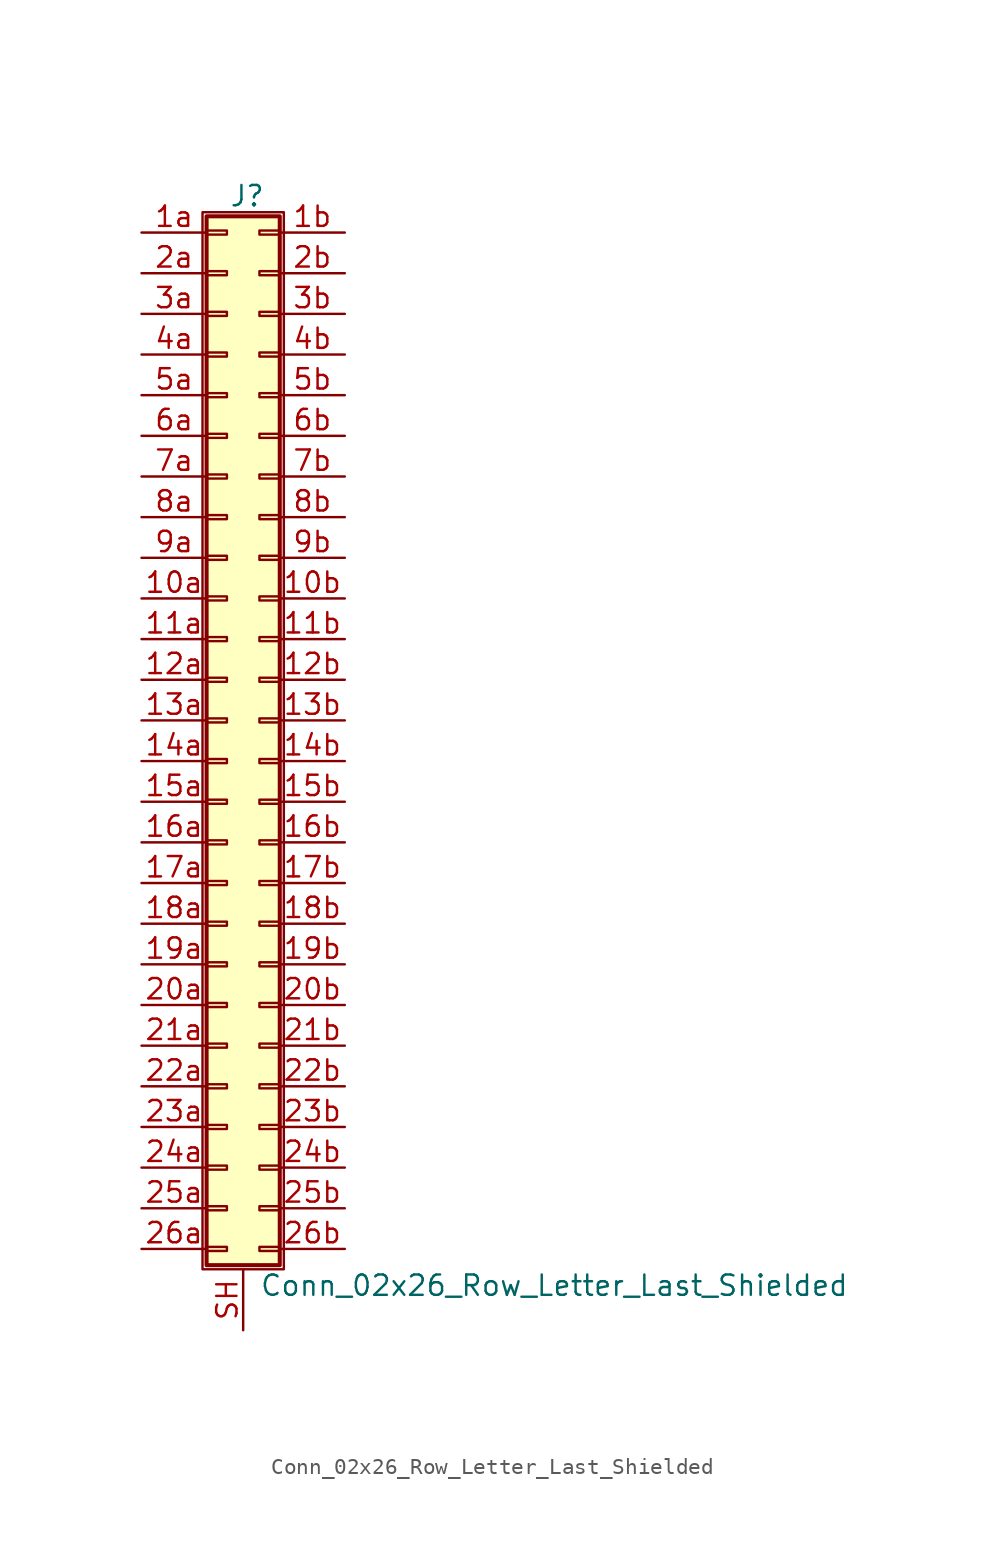
<source format=kicad_sym>
(kicad_symbol_lib
  (version 20211014)
  (generator kicad_symbol_editor)
  (symbol "Conn_02x26_Row_Letter_Last_Shielded"
    (pin_names
      (offset 1.016) hide)
    (property "Reference" "J"
      (at 1.524 32.766 0)
      (effects (font (size 1.27 1.27))))
    (property "Value" "Conn_02x26_Row_Letter_Last_Shielded"
      (at 2.286 -35.306 0)
      (effects (font (size 1.27 1.27)) (justify left)))
    (symbol "Conn_02x26_Row_Letter_Last_Shielded_1_1"
      (rectangle (start -1.27 31.75) (end 3.81 -34.29) (stroke (width 0.152) (type default) (color 0 0 0 0)) (fill (type none)))
      (rectangle (start -1.016 -32.893) (end 0.254 -33.147) (stroke (width 0.152) (type default) (color 0 0 0 0)) (fill (type none)))
      (rectangle (start -1.016 -30.353) (end 0.254 -30.607) (stroke (width 0.152) (type default) (color 0 0 0 0)) (fill (type none)))
      (rectangle (start -1.016 -27.813) (end 0.254 -28.067) (stroke (width 0.152) (type default) (color 0 0 0 0)) (fill (type none)))
      (rectangle (start -1.016 -25.273) (end 0.254 -25.527) (stroke (width 0.152) (type default) (color 0 0 0 0)) (fill (type none)))
      (rectangle (start -1.016 -22.733) (end 0.254 -22.987) (stroke (width 0.152) (type default) (color 0 0 0 0)) (fill (type none)))
      (rectangle (start -1.016 -20.193) (end 0.254 -20.447) (stroke (width 0.152) (type default) (color 0 0 0 0)) (fill (type none)))
      (rectangle (start -1.016 -17.653) (end 0.254 -17.907) (stroke (width 0.152) (type default) (color 0 0 0 0)) (fill (type none)))
      (rectangle (start -1.016 -15.113) (end 0.254 -15.367) (stroke (width 0.152) (type default) (color 0 0 0 0)) (fill (type none)))
      (rectangle (start -1.016 -12.573) (end 0.254 -12.827) (stroke (width 0.152) (type default) (color 0 0 0 0)) (fill (type none)))
      (rectangle (start -1.016 -10.033) (end 0.254 -10.287) (stroke (width 0.152) (type default) (color 0 0 0 0)) (fill (type none)))
      (rectangle (start -1.016 -7.493) (end 0.254 -7.747) (stroke (width 0.152) (type default) (color 0 0 0 0)) (fill (type none)))
      (rectangle (start -1.016 -4.953) (end 0.254 -5.207) (stroke (width 0.152) (type default) (color 0 0 0 0)) (fill (type none)))
      (rectangle (start -1.016 -2.413) (end 0.254 -2.667) (stroke (width 0.152) (type default) (color 0 0 0 0)) (fill (type none)))
      (rectangle (start -1.016 0.127) (end 0.254 -0.127) (stroke (width 0.152) (type default) (color 0 0 0 0)) (fill (type none)))
      (rectangle (start -1.016 2.667) (end 0.254 2.413) (stroke (width 0.152) (type default) (color 0 0 0 0)) (fill (type none)))
      (rectangle (start -1.016 5.207) (end 0.254 4.953) (stroke (width 0.152) (type default) (color 0 0 0 0)) (fill (type none)))
      (rectangle (start -1.016 7.747) (end 0.254 7.493) (stroke (width 0.152) (type default) (color 0 0 0 0)) (fill (type none)))
      (rectangle (start -1.016 10.287) (end 0.254 10.033) (stroke (width 0.152) (type default) (color 0 0 0 0)) (fill (type none)))
      (rectangle (start -1.016 12.827) (end 0.254 12.573) (stroke (width 0.152) (type default) (color 0 0 0 0)) (fill (type none)))
      (rectangle (start -1.016 15.367) (end 0.254 15.113) (stroke (width 0.152) (type default) (color 0 0 0 0)) (fill (type none)))
      (rectangle (start -1.016 17.907) (end 0.254 17.653) (stroke (width 0.152) (type default) (color 0 0 0 0)) (fill (type none)))
      (rectangle (start -1.016 20.447) (end 0.254 20.193) (stroke (width 0.152) (type default) (color 0 0 0 0)) (fill (type none)))
      (rectangle (start -1.016 22.987) (end 0.254 22.733) (stroke (width 0.152) (type default) (color 0 0 0 0)) (fill (type none)))
      (rectangle (start -1.016 25.527) (end 0.254 25.273) (stroke (width 0.152) (type default) (color 0 0 0 0)) (fill (type none)))
      (rectangle (start -1.016 28.067) (end 0.254 27.813) (stroke (width 0.152) (type default) (color 0 0 0 0)) (fill (type none)))
      (rectangle (start -1.016 30.607) (end 0.254 30.353) (stroke (width 0.152) (type default) (color 0 0 0 0)) (fill (type none)))
      (rectangle (start -1.016 31.496) (end 3.556 -34.036) (stroke (width 0.254) (type default) (color 0 0 0 0)) (fill (type background)))
      (rectangle (start 3.556 -32.893) (end 2.286 -33.147) (stroke (width 0.152) (type default) (color 0 0 0 0)) (fill (type none)))
      (rectangle (start 3.556 -30.353) (end 2.286 -30.607) (stroke (width 0.152) (type default) (color 0 0 0 0)) (fill (type none)))
      (rectangle (start 3.556 -27.813) (end 2.286 -28.067) (stroke (width 0.152) (type default) (color 0 0 0 0)) (fill (type none)))
      (rectangle (start 3.556 -25.273) (end 2.286 -25.527) (stroke (width 0.152) (type default) (color 0 0 0 0)) (fill (type none)))
      (rectangle (start 3.556 -22.733) (end 2.286 -22.987) (stroke (width 0.152) (type default) (color 0 0 0 0)) (fill (type none)))
      (rectangle (start 3.556 -20.193) (end 2.286 -20.447) (stroke (width 0.152) (type default) (color 0 0 0 0)) (fill (type none)))
      (rectangle (start 3.556 -17.653) (end 2.286 -17.907) (stroke (width 0.152) (type default) (color 0 0 0 0)) (fill (type none)))
      (rectangle (start 3.556 -15.113) (end 2.286 -15.367) (stroke (width 0.152) (type default) (color 0 0 0 0)) (fill (type none)))
      (rectangle (start 3.556 -12.573) (end 2.286 -12.827) (stroke (width 0.152) (type default) (color 0 0 0 0)) (fill (type none)))
      (rectangle (start 3.556 -10.033) (end 2.286 -10.287) (stroke (width 0.152) (type default) (color 0 0 0 0)) (fill (type none)))
      (rectangle (start 3.556 -7.493) (end 2.286 -7.747) (stroke (width 0.152) (type default) (color 0 0 0 0)) (fill (type none)))
      (rectangle (start 3.556 -4.953) (end 2.286 -5.207) (stroke (width 0.152) (type default) (color 0 0 0 0)) (fill (type none)))
      (rectangle (start 3.556 -2.413) (end 2.286 -2.667) (stroke (width 0.152) (type default) (color 0 0 0 0)) (fill (type none)))
      (rectangle (start 3.556 0.127) (end 2.286 -0.127) (stroke (width 0.152) (type default) (color 0 0 0 0)) (fill (type none)))
      (rectangle (start 3.556 2.667) (end 2.286 2.413) (stroke (width 0.152) (type default) (color 0 0 0 0)) (fill (type none)))
      (rectangle (start 3.556 5.207) (end 2.286 4.953) (stroke (width 0.152) (type default) (color 0 0 0 0)) (fill (type none)))
      (rectangle (start 3.556 7.747) (end 2.286 7.493) (stroke (width 0.152) (type default) (color 0 0 0 0)) (fill (type none)))
      (rectangle (start 3.556 10.287) (end 2.286 10.033) (stroke (width 0.152) (type default) (color 0 0 0 0)) (fill (type none)))
      (rectangle (start 3.556 12.827) (end 2.286 12.573) (stroke (width 0.152) (type default) (color 0 0 0 0)) (fill (type none)))
      (rectangle (start 3.556 15.367) (end 2.286 15.113) (stroke (width 0.152) (type default) (color 0 0 0 0)) (fill (type none)))
      (rectangle (start 3.556 17.907) (end 2.286 17.653) (stroke (width 0.152) (type default) (color 0 0 0 0)) (fill (type none)))
      (rectangle (start 3.556 20.447) (end 2.286 20.193) (stroke (width 0.152) (type default) (color 0 0 0 0)) (fill (type none)))
      (rectangle (start 3.556 22.987) (end 2.286 22.733) (stroke (width 0.152) (type default) (color 0 0 0 0)) (fill (type none)))
      (rectangle (start 3.556 25.527) (end 2.286 25.273) (stroke (width 0.152) (type default) (color 0 0 0 0)) (fill (type none)))
      (rectangle (start 3.556 28.067) (end 2.286 27.813) (stroke (width 0.152) (type default) (color 0 0 0 0)) (fill (type none)))
      (rectangle (start 3.556 30.607) (end 2.286 30.353) (stroke (width 0.152) (type default) (color 0 0 0 0)) (fill (type none)))
      (pin passive line (at -5.08 7.62 0) (length 4.064) (name "Pin_10a" (effects (font (size 1.27 1.27)))) (number "10a" (effects (font (size 1.27 1.27)))))
      (pin passive line (at 7.62 7.62 180) (length 4.064) (name "Pin_10b" (effects (font (size 1.27 1.27)))) (number "10b" (effects (font (size 1.27 1.27)))))
      (pin passive line (at -5.08 5.08 0) (length 4.064) (name "Pin_11a" (effects (font (size 1.27 1.27)))) (number "11a" (effects (font (size 1.27 1.27)))))
      (pin passive line (at 7.62 5.08 180) (length 4.064) (name "Pin_11b" (effects (font (size 1.27 1.27)))) (number "11b" (effects (font (size 1.27 1.27)))))
      (pin passive line (at -5.08 2.54 0) (length 4.064) (name "Pin_12a" (effects (font (size 1.27 1.27)))) (number "12a" (effects (font (size 1.27 1.27)))))
      (pin passive line (at 7.62 2.54 180) (length 4.064) (name "Pin_12b" (effects (font (size 1.27 1.27)))) (number "12b" (effects (font (size 1.27 1.27)))))
      (pin passive line (at -5.08 0 0) (length 4.064) (name "Pin_13a" (effects (font (size 1.27 1.27)))) (number "13a" (effects (font (size 1.27 1.27)))))
      (pin passive line (at 7.62 0 180) (length 4.064) (name "Pin_13b" (effects (font (size 1.27 1.27)))) (number "13b" (effects (font (size 1.27 1.27)))))
      (pin passive line (at -5.08 -2.54 0) (length 4.064) (name "Pin_14a" (effects (font (size 1.27 1.27)))) (number "14a" (effects (font (size 1.27 1.27)))))
      (pin passive line (at 7.62 -2.54 180) (length 4.064) (name "Pin_14b" (effects (font (size 1.27 1.27)))) (number "14b" (effects (font (size 1.27 1.27)))))
      (pin passive line (at -5.08 -5.08 0) (length 4.064) (name "Pin_15a" (effects (font (size 1.27 1.27)))) (number "15a" (effects (font (size 1.27 1.27)))))
      (pin passive line (at 7.62 -5.08 180) (length 4.064) (name "Pin_15b" (effects (font (size 1.27 1.27)))) (number "15b" (effects (font (size 1.27 1.27)))))
      (pin passive line (at -5.08 -7.62 0) (length 4.064) (name "Pin_16a" (effects (font (size 1.27 1.27)))) (number "16a" (effects (font (size 1.27 1.27)))))
      (pin passive line (at 7.62 -7.62 180) (length 4.064) (name "Pin_16b" (effects (font (size 1.27 1.27)))) (number "16b" (effects (font (size 1.27 1.27)))))
      (pin passive line (at -5.08 -10.16 0) (length 4.064) (name "Pin_17a" (effects (font (size 1.27 1.27)))) (number "17a" (effects (font (size 1.27 1.27)))))
      (pin passive line (at 7.62 -10.16 180) (length 4.064) (name "Pin_17b" (effects (font (size 1.27 1.27)))) (number "17b" (effects (font (size 1.27 1.27)))))
      (pin passive line (at -5.08 -12.7 0) (length 4.064) (name "Pin_18a" (effects (font (size 1.27 1.27)))) (number "18a" (effects (font (size 1.27 1.27)))))
      (pin passive line (at 7.62 -12.7 180) (length 4.064) (name "Pin_18b" (effects (font (size 1.27 1.27)))) (number "18b" (effects (font (size 1.27 1.27)))))
      (pin passive line (at -5.08 -15.24 0) (length 4.064) (name "Pin_19a" (effects (font (size 1.27 1.27)))) (number "19a" (effects (font (size 1.27 1.27)))))
      (pin passive line (at 7.62 -15.24 180) (length 4.064) (name "Pin_19b" (effects (font (size 1.27 1.27)))) (number "19b" (effects (font (size 1.27 1.27)))))
      (pin passive line (at -5.08 30.48 0) (length 4.064) (name "Pin_1a" (effects (font (size 1.27 1.27)))) (number "1a" (effects (font (size 1.27 1.27)))))
      (pin passive line (at 7.62 30.48 180) (length 4.064) (name "Pin_1b" (effects (font (size 1.27 1.27)))) (number "1b" (effects (font (size 1.27 1.27)))))
      (pin passive line (at -5.08 -17.78 0) (length 4.064) (name "Pin_20a" (effects (font (size 1.27 1.27)))) (number "20a" (effects (font (size 1.27 1.27)))))
      (pin passive line (at 7.62 -17.78 180) (length 4.064) (name "Pin_20b" (effects (font (size 1.27 1.27)))) (number "20b" (effects (font (size 1.27 1.27)))))
      (pin passive line (at -5.08 -20.32 0) (length 4.064) (name "Pin_21a" (effects (font (size 1.27 1.27)))) (number "21a" (effects (font (size 1.27 1.27)))))
      (pin passive line (at 7.62 -20.32 180) (length 4.064) (name "Pin_21b" (effects (font (size 1.27 1.27)))) (number "21b" (effects (font (size 1.27 1.27)))))
      (pin passive line (at -5.08 -22.86 0) (length 4.064) (name "Pin_22a" (effects (font (size 1.27 1.27)))) (number "22a" (effects (font (size 1.27 1.27)))))
      (pin passive line (at 7.62 -22.86 180) (length 4.064) (name "Pin_22b" (effects (font (size 1.27 1.27)))) (number "22b" (effects (font (size 1.27 1.27)))))
      (pin passive line (at -5.08 -25.4 0) (length 4.064) (name "Pin_23a" (effects (font (size 1.27 1.27)))) (number "23a" (effects (font (size 1.27 1.27)))))
      (pin passive line (at 7.62 -25.4 180) (length 4.064) (name "Pin_23b" (effects (font (size 1.27 1.27)))) (number "23b" (effects (font (size 1.27 1.27)))))
      (pin passive line (at -5.08 -27.94 0) (length 4.064) (name "Pin_24a" (effects (font (size 1.27 1.27)))) (number "24a" (effects (font (size 1.27 1.27)))))
      (pin passive line (at 7.62 -27.94 180) (length 4.064) (name "Pin_24b" (effects (font (size 1.27 1.27)))) (number "24b" (effects (font (size 1.27 1.27)))))
      (pin passive line (at -5.08 -30.48 0) (length 4.064) (name "Pin_25a" (effects (font (size 1.27 1.27)))) (number "25a" (effects (font (size 1.27 1.27)))))
      (pin passive line (at 7.62 -30.48 180) (length 4.064) (name "Pin_25b" (effects (font (size 1.27 1.27)))) (number "25b" (effects (font (size 1.27 1.27)))))
      (pin passive line (at -5.08 -33.02 0) (length 4.064) (name "Pin_26a" (effects (font (size 1.27 1.27)))) (number "26a" (effects (font (size 1.27 1.27)))))
      (pin passive line (at 7.62 -33.02 180) (length 4.064) (name "Pin_26b" (effects (font (size 1.27 1.27)))) (number "26b" (effects (font (size 1.27 1.27)))))
      (pin passive line (at -5.08 27.94 0) (length 4.064) (name "Pin_2a" (effects (font (size 1.27 1.27)))) (number "2a" (effects (font (size 1.27 1.27)))))
      (pin passive line (at 7.62 27.94 180) (length 4.064) (name "Pin_2b" (effects (font (size 1.27 1.27)))) (number "2b" (effects (font (size 1.27 1.27)))))
      (pin passive line (at -5.08 25.4 0) (length 4.064) (name "Pin_3a" (effects (font (size 1.27 1.27)))) (number "3a" (effects (font (size 1.27 1.27)))))
      (pin passive line (at 7.62 25.4 180) (length 4.064) (name "Pin_3b" (effects (font (size 1.27 1.27)))) (number "3b" (effects (font (size 1.27 1.27)))))
      (pin passive line (at -5.08 22.86 0) (length 4.064) (name "Pin_4a" (effects (font (size 1.27 1.27)))) (number "4a" (effects (font (size 1.27 1.27)))))
      (pin passive line (at 7.62 22.86 180) (length 4.064) (name "Pin_4b" (effects (font (size 1.27 1.27)))) (number "4b" (effects (font (size 1.27 1.27)))))
      (pin passive line (at -5.08 20.32 0) (length 4.064) (name "Pin_5a" (effects (font (size 1.27 1.27)))) (number "5a" (effects (font (size 1.27 1.27)))))
      (pin passive line (at 7.62 20.32 180) (length 4.064) (name "Pin_5b" (effects (font (size 1.27 1.27)))) (number "5b" (effects (font (size 1.27 1.27)))))
      (pin passive line (at -5.08 17.78 0) (length 4.064) (name "Pin_6a" (effects (font (size 1.27 1.27)))) (number "6a" (effects (font (size 1.27 1.27)))))
      (pin passive line (at 7.62 17.78 180) (length 4.064) (name "Pin_6b" (effects (font (size 1.27 1.27)))) (number "6b" (effects (font (size 1.27 1.27)))))
      (pin passive line (at -5.08 15.24 0) (length 4.064) (name "Pin_7a" (effects (font (size 1.27 1.27)))) (number "7a" (effects (font (size 1.27 1.27)))))
      (pin passive line (at 7.62 15.24 180) (length 4.064) (name "Pin_7b" (effects (font (size 1.27 1.27)))) (number "7b" (effects (font (size 1.27 1.27)))))
      (pin passive line (at -5.08 12.7 0) (length 4.064) (name "Pin_8a" (effects (font (size 1.27 1.27)))) (number "8a" (effects (font (size 1.27 1.27)))))
      (pin passive line (at 7.62 12.7 180) (length 4.064) (name "Pin_8b" (effects (font (size 1.27 1.27)))) (number "8b" (effects (font (size 1.27 1.27)))))
      (pin passive line (at -5.08 10.16 0) (length 4.064) (name "Pin_9a" (effects (font (size 1.27 1.27)))) (number "9a" (effects (font (size 1.27 1.27)))))
      (pin passive line (at 7.62 10.16 180) (length 4.064) (name "Pin_9b" (effects (font (size 1.27 1.27)))) (number "9b" (effects (font (size 1.27 1.27)))))
      (pin passive line (at 1.27 -38.1 90) (length 3.81) (name "Shield" (effects (font (size 1.27 1.27)))) (number "SH" (effects (font (size 1.27 1.27))))))))
</source>
